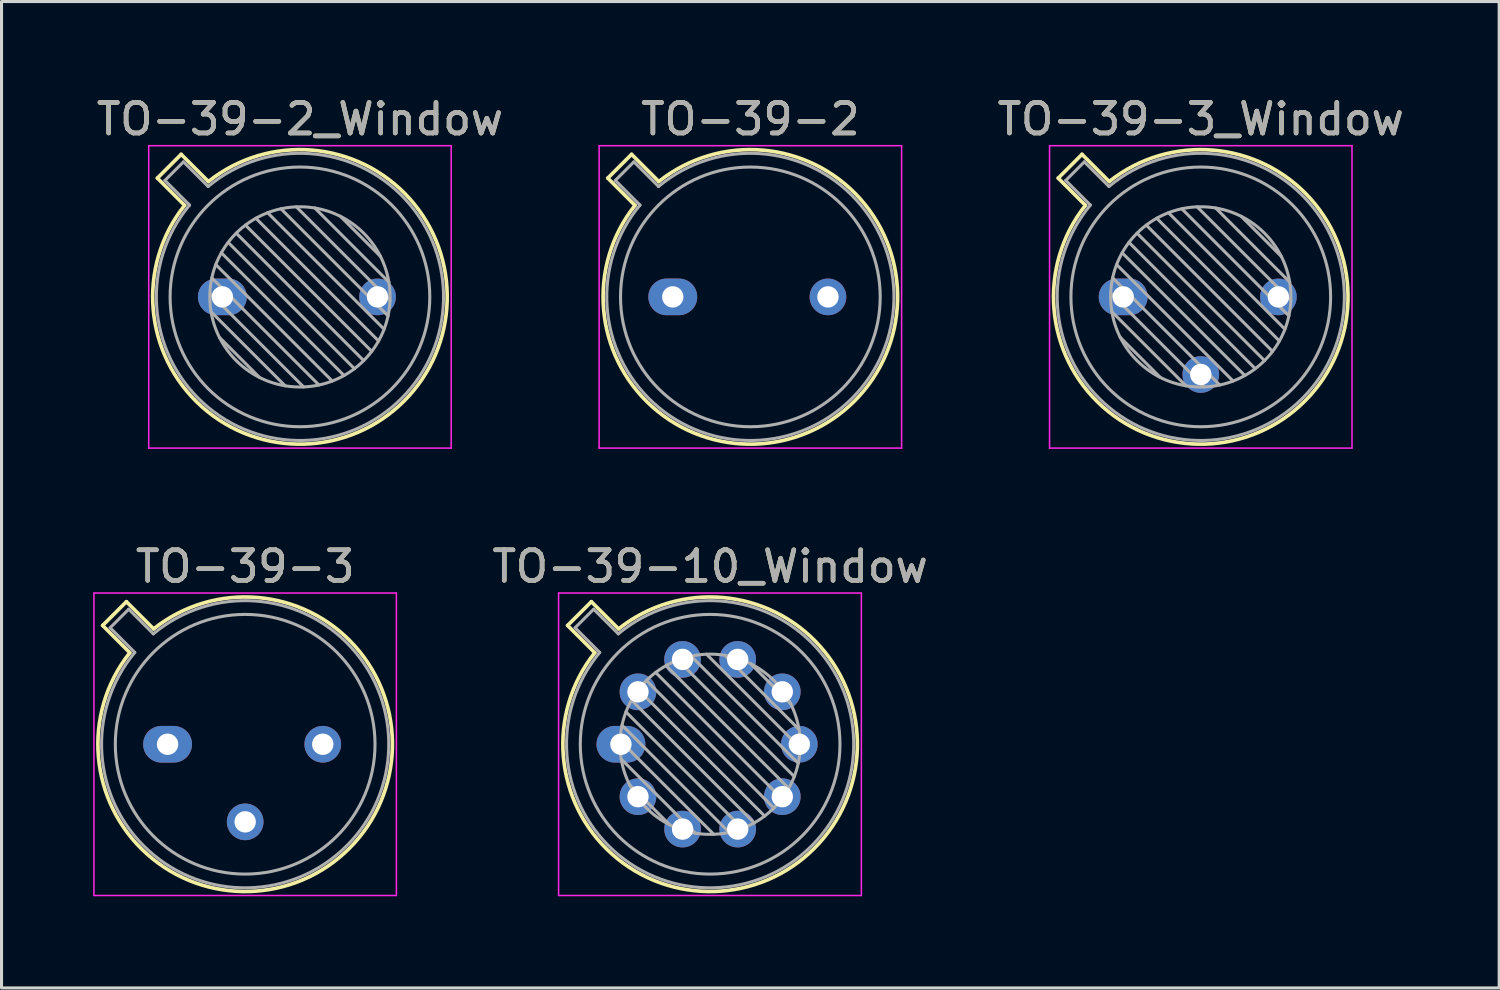
<source format=kicad_pcb>
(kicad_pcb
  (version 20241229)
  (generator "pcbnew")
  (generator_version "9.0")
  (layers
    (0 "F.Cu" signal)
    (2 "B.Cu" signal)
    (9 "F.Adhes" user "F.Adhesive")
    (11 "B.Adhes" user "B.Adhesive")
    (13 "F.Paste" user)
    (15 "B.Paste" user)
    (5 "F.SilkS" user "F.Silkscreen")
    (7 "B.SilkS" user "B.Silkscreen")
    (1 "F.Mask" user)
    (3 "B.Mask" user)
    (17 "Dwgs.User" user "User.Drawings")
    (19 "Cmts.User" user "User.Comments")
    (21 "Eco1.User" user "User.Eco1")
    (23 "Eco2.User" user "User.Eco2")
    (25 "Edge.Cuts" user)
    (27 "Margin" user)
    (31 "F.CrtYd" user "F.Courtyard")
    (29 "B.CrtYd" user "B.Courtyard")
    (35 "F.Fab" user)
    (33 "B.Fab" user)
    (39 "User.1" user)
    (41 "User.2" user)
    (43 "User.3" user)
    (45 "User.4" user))
  (footprint "TO-39-2_Window"
    (layer "F.Cu")
    (at 4.228 6.668)
    (property "Reference" "TO-39-2_Window" (at 2.54 -5.82 0) (layer "F.SilkS") (effects (font (size 1 1) (thickness 0.15))))
    (attr through_hole)
    (fp_line (start -2.126 -3.888) (end -1.235 -2.997) (stroke (width 0.12) (type solid)) (layer "F.SilkS"))
    (fp_line (start -1.348 -4.666) (end -2.126 -3.888) (stroke (width 0.12) (type solid)) (layer "F.SilkS"))
    (fp_line (start -0.457 -3.775) (end -1.348 -4.666) (stroke (width 0.12) (type solid)) (layer "F.SilkS"))
    (fp_arc (start -0.457084 -3.774902) (mid 5.948125 3.408384) (end -1.234674 -2.997371) (stroke (width 0.12) (type solid)) (layer "F.SilkS"))
    (fp_line (start -2.41 -4.95) (end -2.41 4.95) (stroke (width 0.05) (type solid)) (layer "F.CrtYd"))
    (fp_line (start -2.41 4.95) (end 7.49 4.95) (stroke (width 0.05) (type solid)) (layer "F.CrtYd"))
    (fp_line (start 7.49 -4.95) (end -2.41 -4.95) (stroke (width 0.05) (type solid)) (layer "F.CrtYd"))
    (fp_line (start 7.49 4.95) (end 7.49 -4.95) (stroke (width 0.05) (type solid)) (layer "F.CrtYd"))
    (fp_line (start -1.88 -3.812) (end -1.074 -3.005) (stroke (width 0.1) (type solid)) (layer "F.Fab"))
    (fp_line (start -1.272 -4.42) (end -1.88 -3.812) (stroke (width 0.1) (type solid)) (layer "F.Fab"))
    (fp_line (start -0.465 -3.614) (end -1.272 -4.42) (stroke (width 0.1) (type solid)) (layer "F.Fab"))
    (fp_line (start -0.408 -0.12) (end 2.66 2.948) (stroke (width 0.1) (type solid)) (layer "F.Fab"))
    (fp_line (start -0.371 0.485) (end 2.055 2.911) (stroke (width 0.1) (type solid)) (layer "F.Fab"))
    (fp_line (start -0.344 -0.622) (end 3.162 2.884) (stroke (width 0.1) (type solid)) (layer "F.Fab"))
    (fp_line (start -0.215 -1.058) (end 3.598 2.755) (stroke (width 0.1) (type solid)) (layer "F.Fab"))
    (fp_line (start -0.097 1.324) (end 1.216 2.637) (stroke (width 0.1) (type solid)) (layer "F.Fab"))
    (fp_line (start -0.034 -1.443) (end 3.983 2.574) (stroke (width 0.1) (type solid)) (layer "F.Fab"))
    (fp_line (start 0.19 -1.784) (end 4.324 2.35) (stroke (width 0.1) (type solid)) (layer "F.Fab"))
    (fp_line (start 0.454 -2.086) (end 4.626 2.086) (stroke (width 0.1) (type solid)) (layer "F.Fab"))
    (fp_line (start 0.756 -2.35) (end 4.89 1.784) (stroke (width 0.1) (type solid)) (layer "F.Fab"))
    (fp_line (start 1.097 -2.574) (end 5.114 1.443) (stroke (width 0.1) (type solid)) (layer "F.Fab"))
    (fp_line (start 1.482 -2.755) (end 5.295 1.058) (stroke (width 0.1) (type solid)) (layer "F.Fab"))
    (fp_line (start 1.918 -2.884) (end 5.424 0.622) (stroke (width 0.1) (type solid)) (layer "F.Fab"))
    (fp_line (start 2.42 -2.948) (end 5.488 0.12) (stroke (width 0.1) (type solid)) (layer "F.Fab"))
    (fp_line (start 3.025 -2.911) (end 5.451 -0.485) (stroke (width 0.1) (type solid)) (layer "F.Fab"))
    (fp_line (start 3.864 -2.637) (end 5.177 -1.324) (stroke (width 0.1) (type solid)) (layer "F.Fab"))
    (fp_arc (start -0.465408 -3.61352) (mid 5.863443 3.323361) (end -1.073594 -3.005319) (stroke (width 0.1) (type solid)) (layer "F.Fab"))
    (fp_circle (center 2.54 0) (end 5.49 0) (stroke (width 0.1) (type solid)) (fill no) (layer "F.Fab"))
    (fp_circle (center 2.54 0) (end 6.79 0) (stroke (width 0.1) (type solid)) (fill no) (layer "F.Fab"))
    (fp_text user "${REFERENCE}" (at 2.54 -5.82 0) (layer "F.Fab") (effects (font (size 1 1) (thickness 0.15))))
    (pad "1" thru_hole oval (at 0 0) (size 1.6 1.2) (drill 0.7) (layers "*.Cu" "*.Mask"))
    (pad "2" thru_hole oval (at 5.08 0) (size 1.2 1.2) (drill 0.7) (layers "*.Cu" "*.Mask")))
  (footprint "TO-39-2"
    (layer "F.Cu")
    (at 18.971 6.668)
    (property "Reference" "TO-39-2" (at 2.54 -5.82 0) (layer "F.SilkS") (effects (font (size 1 1) (thickness 0.15))))
    (attr through_hole)
    (fp_line (start -2.126 -3.888) (end -1.235 -2.997) (stroke (width 0.12) (type solid)) (layer "F.SilkS"))
    (fp_line (start -1.348 -4.666) (end -2.126 -3.888) (stroke (width 0.12) (type solid)) (layer "F.SilkS"))
    (fp_line (start -0.457 -3.775) (end -1.348 -4.666) (stroke (width 0.12) (type solid)) (layer "F.SilkS"))
    (fp_arc (start -0.457084 -3.774902) (mid 5.948125 3.408384) (end -1.234674 -2.997371) (stroke (width 0.12) (type solid)) (layer "F.SilkS"))
    (fp_line (start -2.41 -4.95) (end -2.41 4.95) (stroke (width 0.05) (type solid)) (layer "F.CrtYd"))
    (fp_line (start -2.41 4.95) (end 7.49 4.95) (stroke (width 0.05) (type solid)) (layer "F.CrtYd"))
    (fp_line (start 7.49 -4.95) (end -2.41 -4.95) (stroke (width 0.05) (type solid)) (layer "F.CrtYd"))
    (fp_line (start 7.49 4.95) (end 7.49 -4.95) (stroke (width 0.05) (type solid)) (layer "F.CrtYd"))
    (fp_line (start -1.88 -3.812) (end -1.074 -3.005) (stroke (width 0.1) (type solid)) (layer "F.Fab"))
    (fp_line (start -1.272 -4.42) (end -1.88 -3.812) (stroke (width 0.1) (type solid)) (layer "F.Fab"))
    (fp_line (start -0.465 -3.614) (end -1.272 -4.42) (stroke (width 0.1) (type solid)) (layer "F.Fab"))
    (fp_arc (start -0.465408 -3.61352) (mid 5.863443 3.323361) (end -1.073594 -3.005319) (stroke (width 0.1) (type solid)) (layer "F.Fab"))
    (fp_circle (center 2.54 0) (end 6.79 0) (stroke (width 0.1) (type solid)) (fill no) (layer "F.Fab"))
    (fp_text user "${REFERENCE}" (at 2.54 -5.82 0) (layer "F.Fab") (effects (font (size 1 1) (thickness 0.15))))
    (pad "1" thru_hole oval (at 0 0) (size 1.6 1.2) (drill 0.7) (layers "*.Cu" "*.Mask"))
    (pad "2" thru_hole oval (at 5.08 0) (size 1.2 1.2) (drill 0.7) (layers "*.Cu" "*.Mask")))
  (footprint "TO-39-10_Window"
    (layer "F.Cu")
    (at 17.274 21.311)
    (property "Reference" "TO-39-10_Window" (at 2.92 -5.82 0) (layer "F.SilkS") (effects (font (size 1 1) (thickness 0.15))))
    (attr through_hole)
    (fp_line (start -1.746 -3.888) (end -0.855 -2.997) (stroke (width 0.12) (type solid)) (layer "F.SilkS"))
    (fp_line (start -0.968 -4.666) (end -1.746 -3.888) (stroke (width 0.12) (type solid)) (layer "F.SilkS"))
    (fp_line (start -0.077 -3.775) (end -0.968 -4.666) (stroke (width 0.12) (type solid)) (layer "F.SilkS"))
    (fp_arc (start -0.077084 -3.774902) (mid 6.328125 3.408384) (end -0.854674 -2.997371) (stroke (width 0.12) (type solid)) (layer "F.SilkS"))
    (fp_line (start -2.04 -4.95) (end -2.04 4.95) (stroke (width 0.05) (type solid)) (layer "F.CrtYd"))
    (fp_line (start -2.04 4.95) (end 7.87 4.95) (stroke (width 0.05) (type solid)) (layer "F.CrtYd"))
    (fp_line (start 7.87 -4.95) (end -2.04 -4.95) (stroke (width 0.05) (type solid)) (layer "F.CrtYd"))
    (fp_line (start 7.87 4.95) (end 7.87 -4.95) (stroke (width 0.05) (type solid)) (layer "F.CrtYd"))
    (fp_line (start -1.5 -3.812) (end -0.694 -3.005) (stroke (width 0.1) (type solid)) (layer "F.Fab"))
    (fp_line (start -0.892 -4.42) (end -1.5 -3.812) (stroke (width 0.1) (type solid)) (layer "F.Fab"))
    (fp_line (start -0.085 -3.614) (end -0.892 -4.42) (stroke (width 0.1) (type solid)) (layer "F.Fab"))
    (fp_line (start -0.028 -0.12) (end 3.04 2.948) (stroke (width 0.1) (type solid)) (layer "F.Fab"))
    (fp_line (start 0.009 0.485) (end 2.435 2.911) (stroke (width 0.1) (type solid)) (layer "F.Fab"))
    (fp_line (start 0.036 -0.622) (end 3.542 2.884) (stroke (width 0.1) (type solid)) (layer "F.Fab"))
    (fp_line (start 0.165 -1.058) (end 3.978 2.755) (stroke (width 0.1) (type solid)) (layer "F.Fab"))
    (fp_line (start 0.283 1.324) (end 1.596 2.637) (stroke (width 0.1) (type solid)) (layer "F.Fab"))
    (fp_line (start 0.346 -1.443) (end 4.363 2.574) (stroke (width 0.1) (type solid)) (layer "F.Fab"))
    (fp_line (start 0.57 -1.784) (end 4.704 2.35) (stroke (width 0.1) (type solid)) (layer "F.Fab"))
    (fp_line (start 0.834 -2.086) (end 5.006 2.086) (stroke (width 0.1) (type solid)) (layer "F.Fab"))
    (fp_line (start 1.136 -2.35) (end 5.27 1.784) (stroke (width 0.1) (type solid)) (layer "F.Fab"))
    (fp_line (start 1.477 -2.574) (end 5.494 1.443) (stroke (width 0.1) (type solid)) (layer "F.Fab"))
    (fp_line (start 1.862 -2.755) (end 5.675 1.058) (stroke (width 0.1) (type solid)) (layer "F.Fab"))
    (fp_line (start 2.298 -2.884) (end 5.804 0.622) (stroke (width 0.1) (type solid)) (layer "F.Fab"))
    (fp_line (start 2.8 -2.948) (end 5.868 0.12) (stroke (width 0.1) (type solid)) (layer "F.Fab"))
    (fp_line (start 3.405 -2.911) (end 5.831 -0.485) (stroke (width 0.1) (type solid)) (layer "F.Fab"))
    (fp_line (start 4.244 -2.637) (end 5.557 -1.324) (stroke (width 0.1) (type solid)) (layer "F.Fab"))
    (fp_arc (start -0.085408 -3.61352) (mid 6.243443 3.323361) (end -0.693594 -3.005319) (stroke (width 0.1) (type solid)) (layer "F.Fab"))
    (fp_circle (center 2.92 0) (end 5.87 0) (stroke (width 0.1) (type solid)) (fill no) (layer "F.Fab"))
    (fp_circle (center 2.92 0) (end 7.17 0) (stroke (width 0.1) (type solid)) (fill no) (layer "F.Fab"))
    (fp_text user "${REFERENCE}" (at 2.92 -5.82 0) (layer "F.Fab") (effects (font (size 1 1) (thickness 0.15))))
    (pad "1" thru_hole oval (at 0 0) (size 1.6 1.2) (drill 0.7) (layers "*.Cu" "*.Mask"))
    (pad "2" thru_hole oval (at 0.558 1.716) (size 1.2 1.2) (drill 0.7) (layers "*.Cu" "*.Mask"))
    (pad "3" thru_hole oval (at 2.018 2.777) (size 1.2 1.2) (drill 0.7) (layers "*.Cu" "*.Mask"))
    (pad "4" thru_hole oval (at 3.822 2.777) (size 1.2 1.2) (drill 0.7) (layers "*.Cu" "*.Mask"))
    (pad "5" thru_hole oval (at 5.282 1.716) (size 1.2 1.2) (drill 0.7) (layers "*.Cu" "*.Mask"))
    (pad "6" thru_hole oval (at 5.84 0) (size 1.2 1.2) (drill 0.7) (layers "*.Cu" "*.Mask"))
    (pad "7" thru_hole oval (at 5.282 -1.716) (size 1.2 1.2) (drill 0.7) (layers "*.Cu" "*.Mask"))
    (pad "8" thru_hole oval (at 3.822 -2.777) (size 1.2 1.2) (drill 0.7) (layers "*.Cu" "*.Mask"))
    (pad "9" thru_hole oval (at 2.018 -2.777) (size 1.2 1.2) (drill 0.7) (layers "*.Cu" "*.Mask"))
    (pad "10" thru_hole oval (at 0.558 -1.716) (size 1.2 1.2) (drill 0.7) (layers "*.Cu" "*.Mask")))
  (footprint "TO-39-3"
    (layer "F.Cu")
    (at 2.435 21.311)
    (property "Reference" "TO-39-3" (at 2.54 -5.82 0) (layer "F.SilkS") (effects (font (size 1 1) (thickness 0.15))))
    (attr through_hole)
    (fp_line (start -2.126 -3.888) (end -1.235 -2.997) (stroke (width 0.12) (type solid)) (layer "F.SilkS"))
    (fp_line (start -1.348 -4.666) (end -2.126 -3.888) (stroke (width 0.12) (type solid)) (layer "F.SilkS"))
    (fp_line (start -0.457 -3.775) (end -1.348 -4.666) (stroke (width 0.12) (type solid)) (layer "F.SilkS"))
    (fp_arc (start -0.457084 -3.774902) (mid 5.948125 3.408384) (end -1.234674 -2.997371) (stroke (width 0.12) (type solid)) (layer "F.SilkS"))
    (fp_line (start -2.41 -4.95) (end -2.41 4.95) (stroke (width 0.05) (type solid)) (layer "F.CrtYd"))
    (fp_line (start -2.41 4.95) (end 7.49 4.95) (stroke (width 0.05) (type solid)) (layer "F.CrtYd"))
    (fp_line (start 7.49 -4.95) (end -2.41 -4.95) (stroke (width 0.05) (type solid)) (layer "F.CrtYd"))
    (fp_line (start 7.49 4.95) (end 7.49 -4.95) (stroke (width 0.05) (type solid)) (layer "F.CrtYd"))
    (fp_line (start -1.88 -3.812) (end -1.074 -3.005) (stroke (width 0.1) (type solid)) (layer "F.Fab"))
    (fp_line (start -1.272 -4.42) (end -1.88 -3.812) (stroke (width 0.1) (type solid)) (layer "F.Fab"))
    (fp_line (start -0.465 -3.614) (end -1.272 -4.42) (stroke (width 0.1) (type solid)) (layer "F.Fab"))
    (fp_arc (start -0.465408 -3.61352) (mid 5.863443 3.323361) (end -1.073594 -3.005319) (stroke (width 0.1) (type solid)) (layer "F.Fab"))
    (fp_circle (center 2.54 0) (end 6.79 0) (stroke (width 0.1) (type solid)) (fill no) (layer "F.Fab"))
    (fp_text user "${REFERENCE}" (at 2.54 -5.82 0) (layer "F.Fab") (effects (font (size 1 1) (thickness 0.15))))
    (pad "1" thru_hole oval (at 0 0) (size 1.6 1.2) (drill 0.7) (layers "*.Cu" "*.Mask"))
    (pad "2" thru_hole oval (at 2.54 2.54) (size 1.2 1.2) (drill 0.7) (layers "*.Cu" "*.Mask"))
    (pad "3" thru_hole oval (at 5.08 0) (size 1.2 1.2) (drill 0.7) (layers "*.Cu" "*.Mask")))
  (footprint "TO-39-3_Window"
    (layer "F.Cu")
    (at 33.714 6.668)
    (property "Reference" "TO-39-3_Window" (at 2.54 -5.82 0) (layer "F.SilkS") (effects (font (size 1 1) (thickness 0.15))))
    (attr through_hole)
    (fp_line (start -2.126 -3.888) (end -1.235 -2.997) (stroke (width 0.12) (type solid)) (layer "F.SilkS"))
    (fp_line (start -1.348 -4.666) (end -2.126 -3.888) (stroke (width 0.12) (type solid)) (layer "F.SilkS"))
    (fp_line (start -0.457 -3.775) (end -1.348 -4.666) (stroke (width 0.12) (type solid)) (layer "F.SilkS"))
    (fp_arc (start -0.457084 -3.774902) (mid 5.948125 3.408384) (end -1.234674 -2.997371) (stroke (width 0.12) (type solid)) (layer "F.SilkS"))
    (fp_line (start -2.41 -4.95) (end -2.41 4.95) (stroke (width 0.05) (type solid)) (layer "F.CrtYd"))
    (fp_line (start -2.41 4.95) (end 7.49 4.95) (stroke (width 0.05) (type solid)) (layer "F.CrtYd"))
    (fp_line (start 7.49 -4.95) (end -2.41 -4.95) (stroke (width 0.05) (type solid)) (layer "F.CrtYd"))
    (fp_line (start 7.49 4.95) (end 7.49 -4.95) (stroke (width 0.05) (type solid)) (layer "F.CrtYd"))
    (fp_line (start -1.88 -3.812) (end -1.074 -3.005) (stroke (width 0.1) (type solid)) (layer "F.Fab"))
    (fp_line (start -1.272 -4.42) (end -1.88 -3.812) (stroke (width 0.1) (type solid)) (layer "F.Fab"))
    (fp_line (start -0.465 -3.614) (end -1.272 -4.42) (stroke (width 0.1) (type solid)) (layer "F.Fab"))
    (fp_line (start -0.408 -0.12) (end 2.66 2.948) (stroke (width 0.1) (type solid)) (layer "F.Fab"))
    (fp_line (start -0.371 0.485) (end 2.055 2.911) (stroke (width 0.1) (type solid)) (layer "F.Fab"))
    (fp_line (start -0.344 -0.622) (end 3.162 2.884) (stroke (width 0.1) (type solid)) (layer "F.Fab"))
    (fp_line (start -0.215 -1.058) (end 3.598 2.755) (stroke (width 0.1) (type solid)) (layer "F.Fab"))
    (fp_line (start -0.097 1.324) (end 1.216 2.637) (stroke (width 0.1) (type solid)) (layer "F.Fab"))
    (fp_line (start -0.034 -1.443) (end 3.983 2.574) (stroke (width 0.1) (type solid)) (layer "F.Fab"))
    (fp_line (start 0.19 -1.784) (end 4.324 2.35) (stroke (width 0.1) (type solid)) (layer "F.Fab"))
    (fp_line (start 0.454 -2.086) (end 4.626 2.086) (stroke (width 0.1) (type solid)) (layer "F.Fab"))
    (fp_line (start 0.756 -2.35) (end 4.89 1.784) (stroke (width 0.1) (type solid)) (layer "F.Fab"))
    (fp_line (start 1.097 -2.574) (end 5.114 1.443) (stroke (width 0.1) (type solid)) (layer "F.Fab"))
    (fp_line (start 1.482 -2.755) (end 5.295 1.058) (stroke (width 0.1) (type solid)) (layer "F.Fab"))
    (fp_line (start 1.918 -2.884) (end 5.424 0.622) (stroke (width 0.1) (type solid)) (layer "F.Fab"))
    (fp_line (start 2.42 -2.948) (end 5.488 0.12) (stroke (width 0.1) (type solid)) (layer "F.Fab"))
    (fp_line (start 3.025 -2.911) (end 5.451 -0.485) (stroke (width 0.1) (type solid)) (layer "F.Fab"))
    (fp_line (start 3.864 -2.637) (end 5.177 -1.324) (stroke (width 0.1) (type solid)) (layer "F.Fab"))
    (fp_arc (start -0.465408 -3.61352) (mid 5.863443 3.323361) (end -1.073594 -3.005319) (stroke (width 0.1) (type solid)) (layer "F.Fab"))
    (fp_circle (center 2.54 0) (end 5.49 0) (stroke (width 0.1) (type solid)) (fill no) (layer "F.Fab"))
    (fp_circle (center 2.54 0) (end 6.79 0) (stroke (width 0.1) (type solid)) (fill no) (layer "F.Fab"))
    (fp_text user "${REFERENCE}" (at 2.54 -5.82 0) (layer "F.Fab") (effects (font (size 1 1) (thickness 0.15))))
    (pad "1" thru_hole oval (at 0 0) (size 1.6 1.2) (drill 0.7) (layers "*.Cu" "*.Mask"))
    (pad "2" thru_hole oval (at 2.54 2.54) (size 1.2 1.2) (drill 0.7) (layers "*.Cu" "*.Mask"))
    (pad "3" thru_hole oval (at 5.08 0) (size 1.2 1.2) (drill 0.7) (layers "*.Cu" "*.Mask")))
  (gr_rect
    (start -3 -3)
    (end 46.021 29.287)
    (stroke (width 0.1) (type default))
    (fill no)
    (layer "Edge.Cuts")))
</source>
